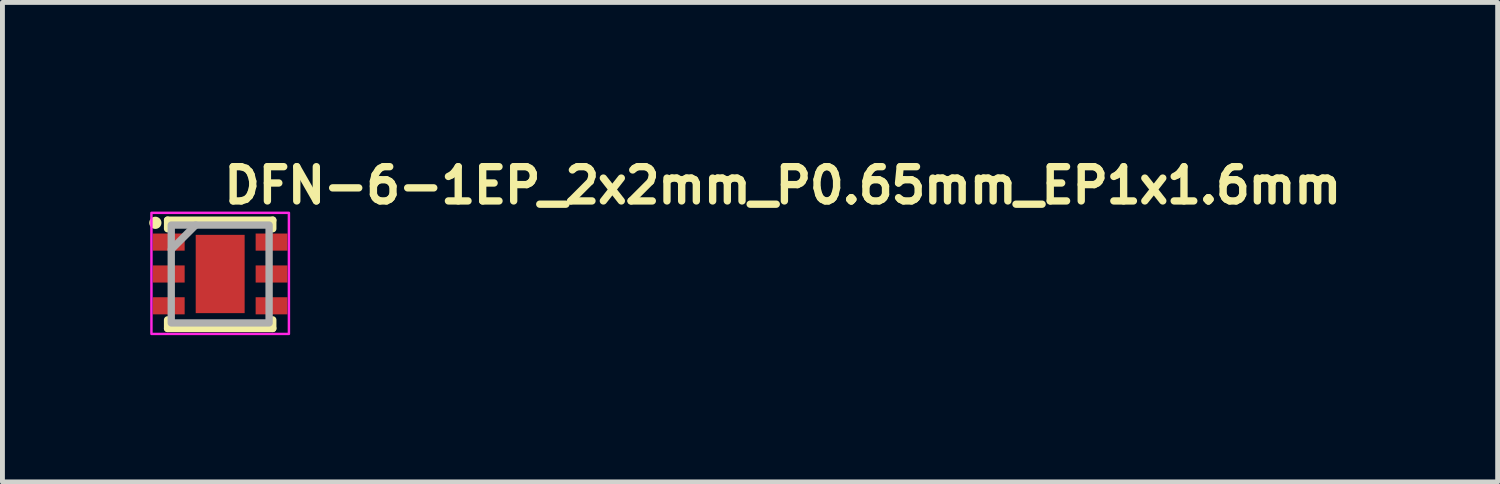
<source format=kicad_pcb>
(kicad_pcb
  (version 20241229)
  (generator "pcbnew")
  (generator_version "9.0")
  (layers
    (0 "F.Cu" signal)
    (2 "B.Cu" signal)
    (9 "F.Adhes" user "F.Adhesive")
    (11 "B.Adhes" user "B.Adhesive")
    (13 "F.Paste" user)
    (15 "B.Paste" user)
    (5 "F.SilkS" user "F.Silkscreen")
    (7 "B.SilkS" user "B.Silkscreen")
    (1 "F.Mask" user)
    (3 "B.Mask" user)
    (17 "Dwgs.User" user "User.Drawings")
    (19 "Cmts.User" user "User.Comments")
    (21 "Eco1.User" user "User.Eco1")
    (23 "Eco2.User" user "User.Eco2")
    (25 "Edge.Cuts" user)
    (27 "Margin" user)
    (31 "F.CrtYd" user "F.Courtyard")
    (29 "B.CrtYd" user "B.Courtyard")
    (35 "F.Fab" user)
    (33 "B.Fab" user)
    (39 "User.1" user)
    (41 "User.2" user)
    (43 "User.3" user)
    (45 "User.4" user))
  (footprint "DFN-6-1EP_2x2mm_P0.65mm_EP1x1.6mm"
    (layer "F.Cu")
    (at 1.45 2.55)
    (property "Reference" "DFN-6-1EP_2x2mm_P0.65mm_EP1x1.6mm" (at 0 -1.4 0) (layer "F.SilkS") (effects (font (size 0.7 0.7) (thickness 0.15)) (justify left bottom)))
    (attr smd)
    (fp_line (start -1.075 -1.1) (end -1.075 -0.925) (stroke (width 0.15) (type solid)) (layer "F.SilkS"))
    (fp_line (start -1.075 -1.1) (end 1.075 -1.1) (stroke (width 0.15) (type solid)) (layer "F.SilkS"))
    (fp_line (start -1.075 0.938) (end -1.075 1.113) (stroke (width 0.15) (type solid)) (layer "F.SilkS"))
    (fp_line (start -1.075 1.113) (end 1.075 1.113) (stroke (width 0.15) (type solid)) (layer "F.SilkS"))
    (fp_line (start 1.075 -1.1) (end 1.075 -0.925) (stroke (width 0.15) (type solid)) (layer "F.SilkS"))
    (fp_line (start 1.075 0.938) (end 1.075 1.113) (stroke (width 0.15) (type solid)) (layer "F.SilkS"))
    (fp_circle (center -1.325 -1.046) (end -1.275 -1.046) (stroke (width 0.15) (type solid)) (fill yes) (layer "F.SilkS"))
    (fp_rect (start -1.405 -1.25) (end 1.405 1.225) (stroke (width 0.05) (type solid)) (fill no) (layer "F.CrtYd"))
    (fp_line (start -1 -0.5) (end -0.5 -1) (stroke (width 0.15) (type solid)) (layer "F.Fab"))
    (fp_rect (start 1 1) (end -1 -1) (stroke (width 0.15) (type solid)) (fill no) (layer "F.Fab"))
    (fp_rect (start -1 -1) (end 1 1) (stroke (width 0.1) (type solid)) (fill no) (layer "User.5"))
    (fp_line (start -1 -0.802) (end -1 -0.5) (stroke (width 0.02) (type solid)) (layer "User.9"))
    (fp_line (start -1 -0.5) (end -0.99 -0.5) (stroke (width 0.02) (type solid)) (layer "User.9"))
    (fp_line (start -1 -0.15) (end -1 0.148) (stroke (width 0.02) (type solid)) (layer "User.9"))
    (fp_line (start -1 0.148) (end -0.99 0.148) (stroke (width 0.02) (type solid)) (layer "User.9"))
    (fp_line (start -1 0.498) (end -1 0.8) (stroke (width 0.02) (type solid)) (layer "User.9"))
    (fp_line (start -1 0.8) (end -0.99 0.8) (stroke (width 0.02) (type solid)) (layer "User.9"))
    (fp_line (start -0.99 -0.99) (end -0.99 0.988) (stroke (width 0.02) (type solid)) (layer "User.9"))
    (fp_line (start -0.99 -0.99) (end 0.988 -0.99) (stroke (width 0.02) (type solid)) (layer "User.9"))
    (fp_line (start -0.99 -0.802) (end -1 -0.802) (stroke (width 0.02) (type solid)) (layer "User.9"))
    (fp_line (start -0.99 -0.15) (end -1 -0.15) (stroke (width 0.02) (type solid)) (layer "User.9"))
    (fp_line (start -0.99 0.498) (end -1 0.498) (stroke (width 0.02) (type solid)) (layer "User.9"))
    (fp_line (start -0.99 0.988) (end 0.988 0.988) (stroke (width 0.02) (type solid)) (layer "User.9"))
    (fp_line (start 0.988 -0.99) (end 0.988 0.988) (stroke (width 0.02) (type solid)) (layer "User.9"))
    (fp_line (start 0.988 -0.5) (end 0.998 -0.5) (stroke (width 0.02) (type solid)) (layer "User.9"))
    (fp_line (start 0.988 0.148) (end 0.998 0.148) (stroke (width 0.02) (type solid)) (layer "User.9"))
    (fp_line (start 0.988 0.8) (end 0.998 0.8) (stroke (width 0.02) (type solid)) (layer "User.9"))
    (fp_line (start 0.998 -0.802) (end 0.988 -0.802) (stroke (width 0.02) (type solid)) (layer "User.9"))
    (fp_line (start 0.998 -0.5) (end 0.998 -0.802) (stroke (width 0.02) (type solid)) (layer "User.9"))
    (fp_line (start 0.998 -0.15) (end 0.988 -0.15) (stroke (width 0.02) (type solid)) (layer "User.9"))
    (fp_line (start 0.998 0.148) (end 0.998 -0.15) (stroke (width 0.02) (type solid)) (layer "User.9"))
    (fp_line (start 0.998 0.498) (end 0.988 0.498) (stroke (width 0.02) (type solid)) (layer "User.9"))
    (fp_line (start 0.998 0.8) (end 0.998 0.498) (stroke (width 0.02) (type solid)) (layer "User.9"))
    (fp_circle (center -0.525 -0.525) (end -0.35 -0.525) (stroke (width 0.02) (type solid)) (fill no) (layer "User.9"))
    (pad "" smd rect (at 0 -0.402) (size 0.82 0.63) (layers "F.Paste"))
    (pad "" smd rect (at 0 0.4) (size 0.82 0.63) (layers "F.Paste"))
    (pad "1" smd rect (at -1.051 -0.652) (size 0.65 0.35) (layers "F.Cu" "F.Mask" "F.Paste"))
    (pad "2" smd rect (at -1.051 0) (size 0.65 0.35) (layers "F.Cu" "F.Mask" "F.Paste"))
    (pad "3" smd rect (at -1.051 0.65) (size 0.65 0.35) (layers "F.Cu" "F.Mask" "F.Paste"))
    (pad "4" smd rect (at 1.05 0.65) (size 0.65 0.35) (layers "F.Cu" "F.Mask" "F.Paste"))
    (pad "5" smd rect (at 1.05 0) (size 0.65 0.35) (layers "F.Cu" "F.Mask" "F.Paste"))
    (pad "6" smd rect (at 1.05 -0.652) (size 0.65 0.35) (layers "F.Cu" "F.Mask" "F.Paste"))
    (pad "7" smd rect (at 0 0) (size 1 1.6) (layers "F.Cu" "F.Mask")))
  (gr_rect
    (start -3 -3)
    (end 27.56 6.8)
    (stroke (width 0.1) (type default))
    (fill no)
    (layer "Edge.Cuts")))
</source>
